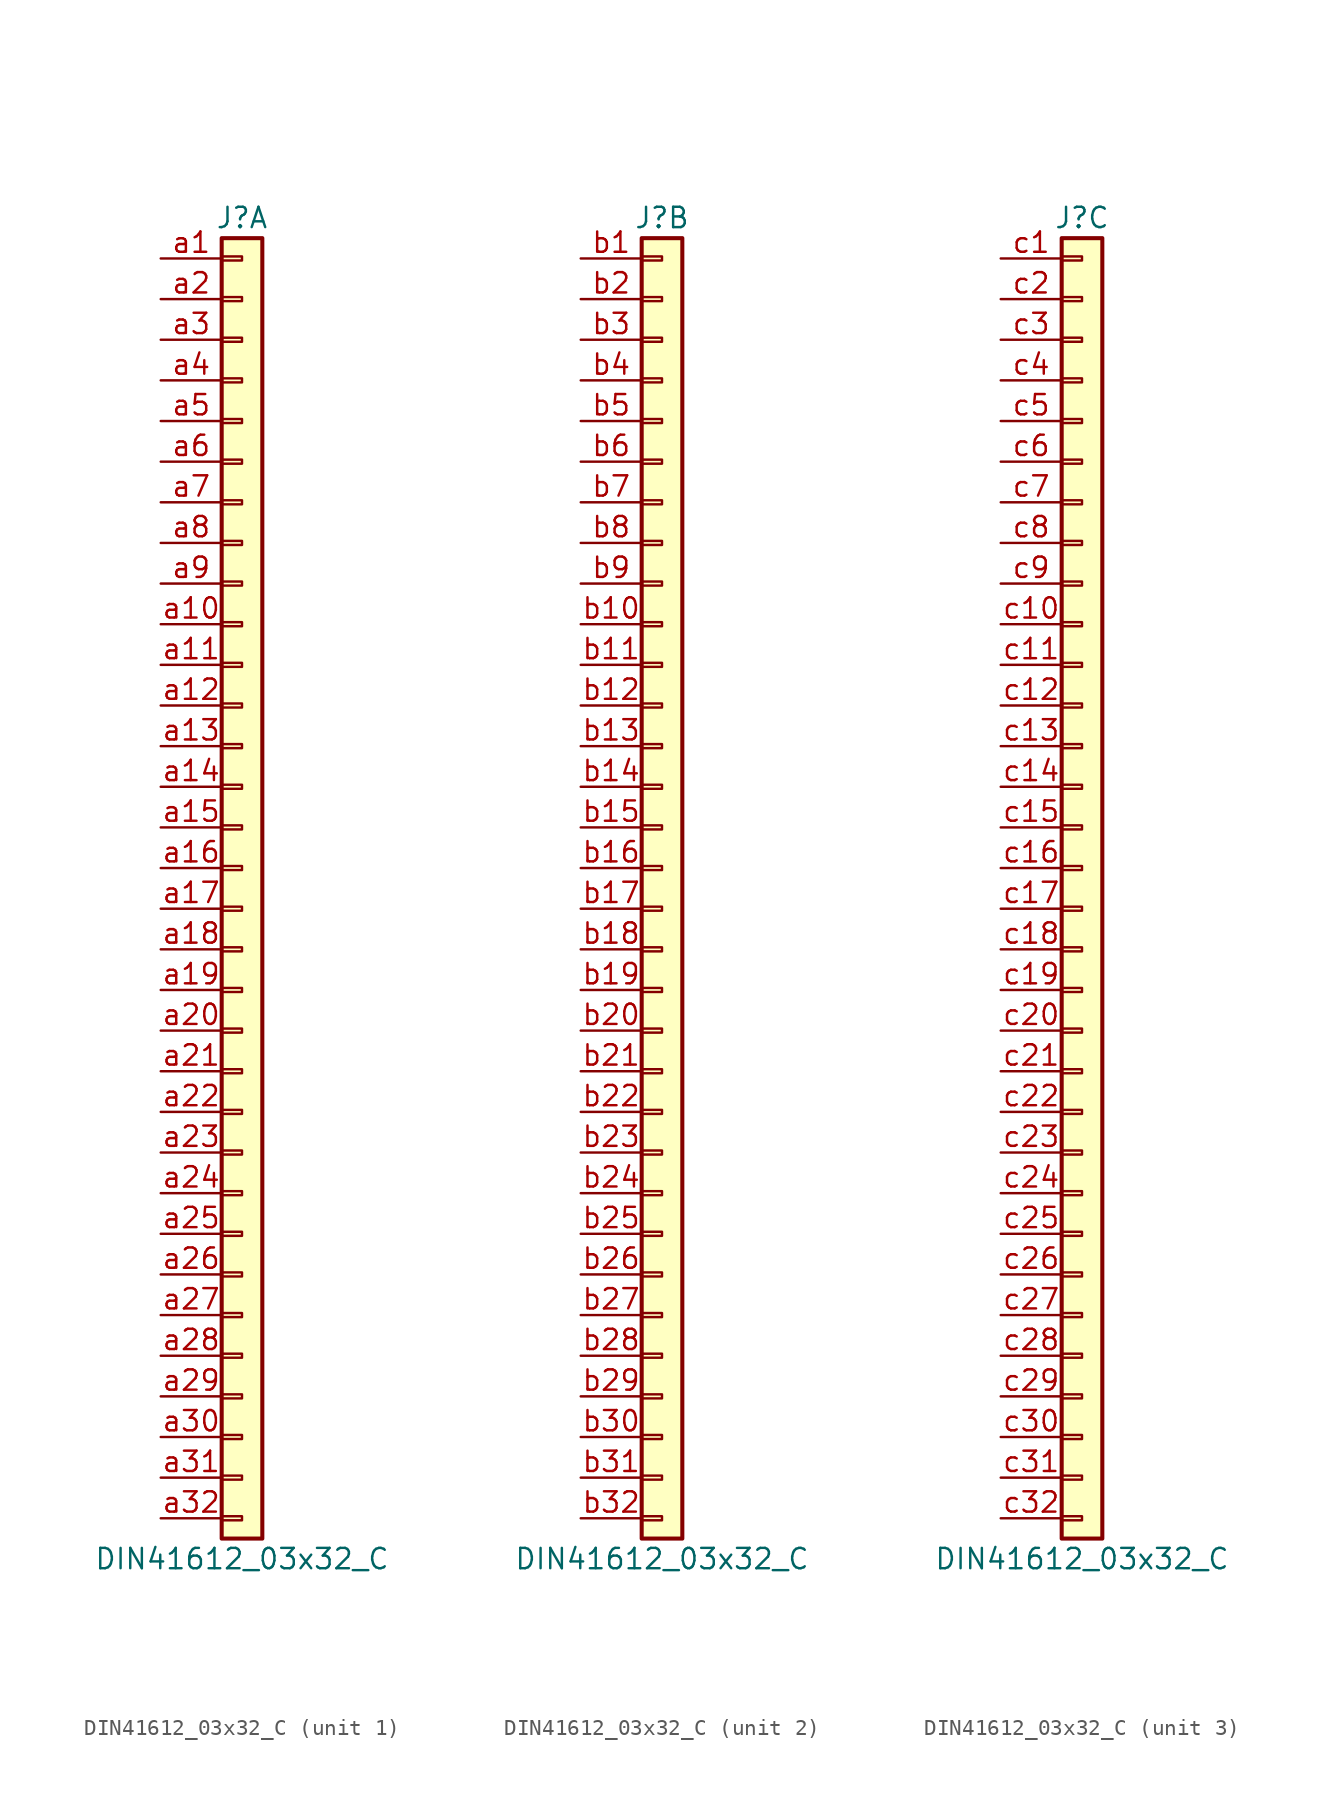
<source format=kicad_sym>
(kicad_symbol_lib
  (version 20211014)
  (generator kicad_symbol_editor)
  (symbol "DIN41612_03x32_C"
    (pin_names
      (offset 1.016) hide)
    (property "Reference" "J"
      (at 0 30.48 0)
      (effects (font (size 1.27 1.27))))
    (property "Value" "DIN41612_03x32_C"
      (at 0 -53.34 0)
      (effects (font (size 1.27 1.27))))
    (symbol "DIN41612_03x32_C_0_1"
      (rectangle (start -1.27 29.21) (end 1.27 -52.07) (stroke (width 0.254) (type default) (color 0 0 0 0)) (fill (type background))))
    (symbol "DIN41612_03x32_C_1_1"
      (rectangle (start -1.27 -50.673) (end 0 -50.927) (stroke (width 0.152) (type default) (color 0 0 0 0)) (fill (type none)))
      (rectangle (start -1.27 -48.133) (end 0 -48.387) (stroke (width 0.152) (type default) (color 0 0 0 0)) (fill (type none)))
      (rectangle (start -1.27 -45.593) (end 0 -45.847) (stroke (width 0.152) (type default) (color 0 0 0 0)) (fill (type none)))
      (rectangle (start -1.27 -43.053) (end 0 -43.307) (stroke (width 0.152) (type default) (color 0 0 0 0)) (fill (type none)))
      (rectangle (start -1.27 -40.513) (end 0 -40.767) (stroke (width 0.152) (type default) (color 0 0 0 0)) (fill (type none)))
      (rectangle (start -1.27 -37.973) (end 0 -38.227) (stroke (width 0.152) (type default) (color 0 0 0 0)) (fill (type none)))
      (rectangle (start -1.27 -35.433) (end 0 -35.687) (stroke (width 0.152) (type default) (color 0 0 0 0)) (fill (type none)))
      (rectangle (start -1.27 -32.893) (end 0 -33.147) (stroke (width 0.152) (type default) (color 0 0 0 0)) (fill (type none)))
      (rectangle (start -1.27 -30.353) (end 0 -30.607) (stroke (width 0.152) (type default) (color 0 0 0 0)) (fill (type none)))
      (rectangle (start -1.27 -27.813) (end 0 -28.067) (stroke (width 0.152) (type default) (color 0 0 0 0)) (fill (type none)))
      (rectangle (start -1.27 -25.273) (end 0 -25.527) (stroke (width 0.152) (type default) (color 0 0 0 0)) (fill (type none)))
      (rectangle (start -1.27 -22.733) (end 0 -22.987) (stroke (width 0.152) (type default) (color 0 0 0 0)) (fill (type none)))
      (rectangle (start -1.27 -20.193) (end 0 -20.447) (stroke (width 0.152) (type default) (color 0 0 0 0)) (fill (type none)))
      (rectangle (start -1.27 -17.653) (end 0 -17.907) (stroke (width 0.152) (type default) (color 0 0 0 0)) (fill (type none)))
      (rectangle (start -1.27 -15.113) (end 0 -15.367) (stroke (width 0.152) (type default) (color 0 0 0 0)) (fill (type none)))
      (rectangle (start -1.27 -12.573) (end 0 -12.827) (stroke (width 0.152) (type default) (color 0 0 0 0)) (fill (type none)))
      (rectangle (start -1.27 -10.033) (end 0 -10.287) (stroke (width 0.152) (type default) (color 0 0 0 0)) (fill (type none)))
      (rectangle (start -1.27 -7.493) (end 0 -7.747) (stroke (width 0.152) (type default) (color 0 0 0 0)) (fill (type none)))
      (rectangle (start -1.27 -4.953) (end 0 -5.207) (stroke (width 0.152) (type default) (color 0 0 0 0)) (fill (type none)))
      (rectangle (start -1.27 -2.413) (end 0 -2.667) (stroke (width 0.152) (type default) (color 0 0 0 0)) (fill (type none)))
      (rectangle (start -1.27 0.127) (end 0 -0.127) (stroke (width 0.152) (type default) (color 0 0 0 0)) (fill (type none)))
      (rectangle (start -1.27 2.667) (end 0 2.413) (stroke (width 0.152) (type default) (color 0 0 0 0)) (fill (type none)))
      (rectangle (start -1.27 5.207) (end 0 4.953) (stroke (width 0.152) (type default) (color 0 0 0 0)) (fill (type none)))
      (rectangle (start -1.27 7.747) (end 0 7.493) (stroke (width 0.152) (type default) (color 0 0 0 0)) (fill (type none)))
      (rectangle (start -1.27 10.287) (end 0 10.033) (stroke (width 0.152) (type default) (color 0 0 0 0)) (fill (type none)))
      (rectangle (start -1.27 12.827) (end 0 12.573) (stroke (width 0.152) (type default) (color 0 0 0 0)) (fill (type none)))
      (rectangle (start -1.27 15.367) (end 0 15.113) (stroke (width 0.152) (type default) (color 0 0 0 0)) (fill (type none)))
      (rectangle (start -1.27 17.907) (end 0 17.653) (stroke (width 0.152) (type default) (color 0 0 0 0)) (fill (type none)))
      (rectangle (start -1.27 20.447) (end 0 20.193) (stroke (width 0.152) (type default) (color 0 0 0 0)) (fill (type none)))
      (rectangle (start -1.27 22.987) (end 0 22.733) (stroke (width 0.152) (type default) (color 0 0 0 0)) (fill (type none)))
      (rectangle (start -1.27 25.527) (end 0 25.273) (stroke (width 0.152) (type default) (color 0 0 0 0)) (fill (type none)))
      (rectangle (start -1.27 28.067) (end 0 27.813) (stroke (width 0.152) (type default) (color 0 0 0 0)) (fill (type none)))
      (pin passive line (at -5.08 27.94 0) (length 3.81) (name "~" (effects (font (size 1.27 1.27)))) (number "a1" (effects (font (size 1.27 1.27)))))
      (pin passive line (at -5.08 5.08 0) (length 3.81) (name "~" (effects (font (size 1.27 1.27)))) (number "a10" (effects (font (size 1.27 1.27)))))
      (pin passive line (at -5.08 2.54 0) (length 3.81) (name "~" (effects (font (size 1.27 1.27)))) (number "a11" (effects (font (size 1.27 1.27)))))
      (pin passive line (at -5.08 0 0) (length 3.81) (name "~" (effects (font (size 1.27 1.27)))) (number "a12" (effects (font (size 1.27 1.27)))))
      (pin passive line (at -5.08 -2.54 0) (length 3.81) (name "~" (effects (font (size 1.27 1.27)))) (number "a13" (effects (font (size 1.27 1.27)))))
      (pin passive line (at -5.08 -5.08 0) (length 3.81) (name "~" (effects (font (size 1.27 1.27)))) (number "a14" (effects (font (size 1.27 1.27)))))
      (pin passive line (at -5.08 -7.62 0) (length 3.81) (name "~" (effects (font (size 1.27 1.27)))) (number "a15" (effects (font (size 1.27 1.27)))))
      (pin passive line (at -5.08 -10.16 0) (length 3.81) (name "~" (effects (font (size 1.27 1.27)))) (number "a16" (effects (font (size 1.27 1.27)))))
      (pin passive line (at -5.08 -12.7 0) (length 3.81) (name "~" (effects (font (size 1.27 1.27)))) (number "a17" (effects (font (size 1.27 1.27)))))
      (pin passive line (at -5.08 -15.24 0) (length 3.81) (name "~" (effects (font (size 1.27 1.27)))) (number "a18" (effects (font (size 1.27 1.27)))))
      (pin passive line (at -5.08 -17.78 0) (length 3.81) (name "~" (effects (font (size 1.27 1.27)))) (number "a19" (effects (font (size 1.27 1.27)))))
      (pin passive line (at -5.08 25.4 0) (length 3.81) (name "~" (effects (font (size 1.27 1.27)))) (number "a2" (effects (font (size 1.27 1.27)))))
      (pin passive line (at -5.08 -20.32 0) (length 3.81) (name "~" (effects (font (size 1.27 1.27)))) (number "a20" (effects (font (size 1.27 1.27)))))
      (pin passive line (at -5.08 -22.86 0) (length 3.81) (name "~" (effects (font (size 1.27 1.27)))) (number "a21" (effects (font (size 1.27 1.27)))))
      (pin passive line (at -5.08 -25.4 0) (length 3.81) (name "~" (effects (font (size 1.27 1.27)))) (number "a22" (effects (font (size 1.27 1.27)))))
      (pin passive line (at -5.08 -27.94 0) (length 3.81) (name "~" (effects (font (size 1.27 1.27)))) (number "a23" (effects (font (size 1.27 1.27)))))
      (pin passive line (at -5.08 -30.48 0) (length 3.81) (name "~" (effects (font (size 1.27 1.27)))) (number "a24" (effects (font (size 1.27 1.27)))))
      (pin passive line (at -5.08 -33.02 0) (length 3.81) (name "~" (effects (font (size 1.27 1.27)))) (number "a25" (effects (font (size 1.27 1.27)))))
      (pin passive line (at -5.08 -35.56 0) (length 3.81) (name "~" (effects (font (size 1.27 1.27)))) (number "a26" (effects (font (size 1.27 1.27)))))
      (pin passive line (at -5.08 -38.1 0) (length 3.81) (name "~" (effects (font (size 1.27 1.27)))) (number "a27" (effects (font (size 1.27 1.27)))))
      (pin passive line (at -5.08 -40.64 0) (length 3.81) (name "~" (effects (font (size 1.27 1.27)))) (number "a28" (effects (font (size 1.27 1.27)))))
      (pin passive line (at -5.08 -43.18 0) (length 3.81) (name "~" (effects (font (size 1.27 1.27)))) (number "a29" (effects (font (size 1.27 1.27)))))
      (pin passive line (at -5.08 22.86 0) (length 3.81) (name "~" (effects (font (size 1.27 1.27)))) (number "a3" (effects (font (size 1.27 1.27)))))
      (pin passive line (at -5.08 -45.72 0) (length 3.81) (name "~" (effects (font (size 1.27 1.27)))) (number "a30" (effects (font (size 1.27 1.27)))))
      (pin passive line (at -5.08 -48.26 0) (length 3.81) (name "~" (effects (font (size 1.27 1.27)))) (number "a31" (effects (font (size 1.27 1.27)))))
      (pin passive line (at -5.08 -50.8 0) (length 3.81) (name "~" (effects (font (size 1.27 1.27)))) (number "a32" (effects (font (size 1.27 1.27)))))
      (pin passive line (at -5.08 20.32 0) (length 3.81) (name "~" (effects (font (size 1.27 1.27)))) (number "a4" (effects (font (size 1.27 1.27)))))
      (pin passive line (at -5.08 17.78 0) (length 3.81) (name "~" (effects (font (size 1.27 1.27)))) (number "a5" (effects (font (size 1.27 1.27)))))
      (pin passive line (at -5.08 15.24 0) (length 3.81) (name "~" (effects (font (size 1.27 1.27)))) (number "a6" (effects (font (size 1.27 1.27)))))
      (pin passive line (at -5.08 12.7 0) (length 3.81) (name "~" (effects (font (size 1.27 1.27)))) (number "a7" (effects (font (size 1.27 1.27)))))
      (pin passive line (at -5.08 10.16 0) (length 3.81) (name "~" (effects (font (size 1.27 1.27)))) (number "a8" (effects (font (size 1.27 1.27)))))
      (pin passive line (at -5.08 7.62 0) (length 3.81) (name "~" (effects (font (size 1.27 1.27)))) (number "a9" (effects (font (size 1.27 1.27))))))
    (symbol "DIN41612_03x32_C_2_1"
      (rectangle (start -1.27 -50.673) (end 0 -50.927) (stroke (width 0.152) (type default) (color 0 0 0 0)) (fill (type none)))
      (rectangle (start -1.27 -48.133) (end 0 -48.387) (stroke (width 0.152) (type default) (color 0 0 0 0)) (fill (type none)))
      (rectangle (start -1.27 -45.593) (end 0 -45.847) (stroke (width 0.152) (type default) (color 0 0 0 0)) (fill (type none)))
      (rectangle (start -1.27 -43.053) (end 0 -43.307) (stroke (width 0.152) (type default) (color 0 0 0 0)) (fill (type none)))
      (rectangle (start -1.27 -40.513) (end 0 -40.767) (stroke (width 0.152) (type default) (color 0 0 0 0)) (fill (type none)))
      (rectangle (start -1.27 -37.973) (end 0 -38.227) (stroke (width 0.152) (type default) (color 0 0 0 0)) (fill (type none)))
      (rectangle (start -1.27 -35.433) (end 0 -35.687) (stroke (width 0.152) (type default) (color 0 0 0 0)) (fill (type none)))
      (rectangle (start -1.27 -32.893) (end 0 -33.147) (stroke (width 0.152) (type default) (color 0 0 0 0)) (fill (type none)))
      (rectangle (start -1.27 -30.353) (end 0 -30.607) (stroke (width 0.152) (type default) (color 0 0 0 0)) (fill (type none)))
      (rectangle (start -1.27 -27.813) (end 0 -28.067) (stroke (width 0.152) (type default) (color 0 0 0 0)) (fill (type none)))
      (rectangle (start -1.27 -25.273) (end 0 -25.527) (stroke (width 0.152) (type default) (color 0 0 0 0)) (fill (type none)))
      (rectangle (start -1.27 -22.733) (end 0 -22.987) (stroke (width 0.152) (type default) (color 0 0 0 0)) (fill (type none)))
      (rectangle (start -1.27 -20.193) (end 0 -20.447) (stroke (width 0.152) (type default) (color 0 0 0 0)) (fill (type none)))
      (rectangle (start -1.27 -17.653) (end 0 -17.907) (stroke (width 0.152) (type default) (color 0 0 0 0)) (fill (type none)))
      (rectangle (start -1.27 -15.113) (end 0 -15.367) (stroke (width 0.152) (type default) (color 0 0 0 0)) (fill (type none)))
      (rectangle (start -1.27 -12.573) (end 0 -12.827) (stroke (width 0.152) (type default) (color 0 0 0 0)) (fill (type none)))
      (rectangle (start -1.27 -10.033) (end 0 -10.287) (stroke (width 0.152) (type default) (color 0 0 0 0)) (fill (type none)))
      (rectangle (start -1.27 -7.493) (end 0 -7.747) (stroke (width 0.152) (type default) (color 0 0 0 0)) (fill (type none)))
      (rectangle (start -1.27 -4.953) (end 0 -5.207) (stroke (width 0.152) (type default) (color 0 0 0 0)) (fill (type none)))
      (rectangle (start -1.27 -2.413) (end 0 -2.667) (stroke (width 0.152) (type default) (color 0 0 0 0)) (fill (type none)))
      (rectangle (start -1.27 0.127) (end 0 -0.127) (stroke (width 0.152) (type default) (color 0 0 0 0)) (fill (type none)))
      (rectangle (start -1.27 2.667) (end 0 2.413) (stroke (width 0.152) (type default) (color 0 0 0 0)) (fill (type none)))
      (rectangle (start -1.27 5.207) (end 0 4.953) (stroke (width 0.152) (type default) (color 0 0 0 0)) (fill (type none)))
      (rectangle (start -1.27 7.747) (end 0 7.493) (stroke (width 0.152) (type default) (color 0 0 0 0)) (fill (type none)))
      (rectangle (start -1.27 10.287) (end 0 10.033) (stroke (width 0.152) (type default) (color 0 0 0 0)) (fill (type none)))
      (rectangle (start -1.27 12.827) (end 0 12.573) (stroke (width 0.152) (type default) (color 0 0 0 0)) (fill (type none)))
      (rectangle (start -1.27 15.367) (end 0 15.113) (stroke (width 0.152) (type default) (color 0 0 0 0)) (fill (type none)))
      (rectangle (start -1.27 17.907) (end 0 17.653) (stroke (width 0.152) (type default) (color 0 0 0 0)) (fill (type none)))
      (rectangle (start -1.27 20.447) (end 0 20.193) (stroke (width 0.152) (type default) (color 0 0 0 0)) (fill (type none)))
      (rectangle (start -1.27 22.987) (end 0 22.733) (stroke (width 0.152) (type default) (color 0 0 0 0)) (fill (type none)))
      (rectangle (start -1.27 25.527) (end 0 25.273) (stroke (width 0.152) (type default) (color 0 0 0 0)) (fill (type none)))
      (rectangle (start -1.27 28.067) (end 0 27.813) (stroke (width 0.152) (type default) (color 0 0 0 0)) (fill (type none)))
      (pin passive line (at -5.08 27.94 0) (length 3.81) (name "~" (effects (font (size 1.27 1.27)))) (number "b1" (effects (font (size 1.27 1.27)))))
      (pin passive line (at -5.08 5.08 0) (length 3.81) (name "~" (effects (font (size 1.27 1.27)))) (number "b10" (effects (font (size 1.27 1.27)))))
      (pin passive line (at -5.08 2.54 0) (length 3.81) (name "~" (effects (font (size 1.27 1.27)))) (number "b11" (effects (font (size 1.27 1.27)))))
      (pin passive line (at -5.08 0 0) (length 3.81) (name "~" (effects (font (size 1.27 1.27)))) (number "b12" (effects (font (size 1.27 1.27)))))
      (pin passive line (at -5.08 -2.54 0) (length 3.81) (name "~" (effects (font (size 1.27 1.27)))) (number "b13" (effects (font (size 1.27 1.27)))))
      (pin passive line (at -5.08 -5.08 0) (length 3.81) (name "~" (effects (font (size 1.27 1.27)))) (number "b14" (effects (font (size 1.27 1.27)))))
      (pin passive line (at -5.08 -7.62 0) (length 3.81) (name "~" (effects (font (size 1.27 1.27)))) (number "b15" (effects (font (size 1.27 1.27)))))
      (pin passive line (at -5.08 -10.16 0) (length 3.81) (name "~" (effects (font (size 1.27 1.27)))) (number "b16" (effects (font (size 1.27 1.27)))))
      (pin passive line (at -5.08 -12.7 0) (length 3.81) (name "~" (effects (font (size 1.27 1.27)))) (number "b17" (effects (font (size 1.27 1.27)))))
      (pin passive line (at -5.08 -15.24 0) (length 3.81) (name "~" (effects (font (size 1.27 1.27)))) (number "b18" (effects (font (size 1.27 1.27)))))
      (pin passive line (at -5.08 -17.78 0) (length 3.81) (name "~" (effects (font (size 1.27 1.27)))) (number "b19" (effects (font (size 1.27 1.27)))))
      (pin passive line (at -5.08 25.4 0) (length 3.81) (name "~" (effects (font (size 1.27 1.27)))) (number "b2" (effects (font (size 1.27 1.27)))))
      (pin passive line (at -5.08 -20.32 0) (length 3.81) (name "~" (effects (font (size 1.27 1.27)))) (number "b20" (effects (font (size 1.27 1.27)))))
      (pin passive line (at -5.08 -22.86 0) (length 3.81) (name "~" (effects (font (size 1.27 1.27)))) (number "b21" (effects (font (size 1.27 1.27)))))
      (pin passive line (at -5.08 -25.4 0) (length 3.81) (name "~" (effects (font (size 1.27 1.27)))) (number "b22" (effects (font (size 1.27 1.27)))))
      (pin passive line (at -5.08 -27.94 0) (length 3.81) (name "~" (effects (font (size 1.27 1.27)))) (number "b23" (effects (font (size 1.27 1.27)))))
      (pin passive line (at -5.08 -30.48 0) (length 3.81) (name "~" (effects (font (size 1.27 1.27)))) (number "b24" (effects (font (size 1.27 1.27)))))
      (pin passive line (at -5.08 -33.02 0) (length 3.81) (name "~" (effects (font (size 1.27 1.27)))) (number "b25" (effects (font (size 1.27 1.27)))))
      (pin passive line (at -5.08 -35.56 0) (length 3.81) (name "~" (effects (font (size 1.27 1.27)))) (number "b26" (effects (font (size 1.27 1.27)))))
      (pin passive line (at -5.08 -38.1 0) (length 3.81) (name "~" (effects (font (size 1.27 1.27)))) (number "b27" (effects (font (size 1.27 1.27)))))
      (pin passive line (at -5.08 -40.64 0) (length 3.81) (name "~" (effects (font (size 1.27 1.27)))) (number "b28" (effects (font (size 1.27 1.27)))))
      (pin passive line (at -5.08 -43.18 0) (length 3.81) (name "~" (effects (font (size 1.27 1.27)))) (number "b29" (effects (font (size 1.27 1.27)))))
      (pin passive line (at -5.08 22.86 0) (length 3.81) (name "~" (effects (font (size 1.27 1.27)))) (number "b3" (effects (font (size 1.27 1.27)))))
      (pin passive line (at -5.08 -45.72 0) (length 3.81) (name "~" (effects (font (size 1.27 1.27)))) (number "b30" (effects (font (size 1.27 1.27)))))
      (pin passive line (at -5.08 -48.26 0) (length 3.81) (name "~" (effects (font (size 1.27 1.27)))) (number "b31" (effects (font (size 1.27 1.27)))))
      (pin passive line (at -5.08 -50.8 0) (length 3.81) (name "~" (effects (font (size 1.27 1.27)))) (number "b32" (effects (font (size 1.27 1.27)))))
      (pin passive line (at -5.08 20.32 0) (length 3.81) (name "~" (effects (font (size 1.27 1.27)))) (number "b4" (effects (font (size 1.27 1.27)))))
      (pin passive line (at -5.08 17.78 0) (length 3.81) (name "~" (effects (font (size 1.27 1.27)))) (number "b5" (effects (font (size 1.27 1.27)))))
      (pin passive line (at -5.08 15.24 0) (length 3.81) (name "~" (effects (font (size 1.27 1.27)))) (number "b6" (effects (font (size 1.27 1.27)))))
      (pin passive line (at -5.08 12.7 0) (length 3.81) (name "~" (effects (font (size 1.27 1.27)))) (number "b7" (effects (font (size 1.27 1.27)))))
      (pin passive line (at -5.08 10.16 0) (length 3.81) (name "~" (effects (font (size 1.27 1.27)))) (number "b8" (effects (font (size 1.27 1.27)))))
      (pin passive line (at -5.08 7.62 0) (length 3.81) (name "~" (effects (font (size 1.27 1.27)))) (number "b9" (effects (font (size 1.27 1.27))))))
    (symbol "DIN41612_03x32_C_3_1"
      (rectangle (start -1.27 -50.673) (end 0 -50.927) (stroke (width 0.152) (type default) (color 0 0 0 0)) (fill (type none)))
      (rectangle (start -1.27 -48.133) (end 0 -48.387) (stroke (width 0.152) (type default) (color 0 0 0 0)) (fill (type none)))
      (rectangle (start -1.27 -45.593) (end 0 -45.847) (stroke (width 0.152) (type default) (color 0 0 0 0)) (fill (type none)))
      (rectangle (start -1.27 -43.053) (end 0 -43.307) (stroke (width 0.152) (type default) (color 0 0 0 0)) (fill (type none)))
      (rectangle (start -1.27 -40.513) (end 0 -40.767) (stroke (width 0.152) (type default) (color 0 0 0 0)) (fill (type none)))
      (rectangle (start -1.27 -37.973) (end 0 -38.227) (stroke (width 0.152) (type default) (color 0 0 0 0)) (fill (type none)))
      (rectangle (start -1.27 -35.433) (end 0 -35.687) (stroke (width 0.152) (type default) (color 0 0 0 0)) (fill (type none)))
      (rectangle (start -1.27 -32.893) (end 0 -33.147) (stroke (width 0.152) (type default) (color 0 0 0 0)) (fill (type none)))
      (rectangle (start -1.27 -30.353) (end 0 -30.607) (stroke (width 0.152) (type default) (color 0 0 0 0)) (fill (type none)))
      (rectangle (start -1.27 -27.813) (end 0 -28.067) (stroke (width 0.152) (type default) (color 0 0 0 0)) (fill (type none)))
      (rectangle (start -1.27 -25.273) (end 0 -25.527) (stroke (width 0.152) (type default) (color 0 0 0 0)) (fill (type none)))
      (rectangle (start -1.27 -22.733) (end 0 -22.987) (stroke (width 0.152) (type default) (color 0 0 0 0)) (fill (type none)))
      (rectangle (start -1.27 -20.193) (end 0 -20.447) (stroke (width 0.152) (type default) (color 0 0 0 0)) (fill (type none)))
      (rectangle (start -1.27 -17.653) (end 0 -17.907) (stroke (width 0.152) (type default) (color 0 0 0 0)) (fill (type none)))
      (rectangle (start -1.27 -15.113) (end 0 -15.367) (stroke (width 0.152) (type default) (color 0 0 0 0)) (fill (type none)))
      (rectangle (start -1.27 -12.573) (end 0 -12.827) (stroke (width 0.152) (type default) (color 0 0 0 0)) (fill (type none)))
      (rectangle (start -1.27 -10.033) (end 0 -10.287) (stroke (width 0.152) (type default) (color 0 0 0 0)) (fill (type none)))
      (rectangle (start -1.27 -7.493) (end 0 -7.747) (stroke (width 0.152) (type default) (color 0 0 0 0)) (fill (type none)))
      (rectangle (start -1.27 -4.953) (end 0 -5.207) (stroke (width 0.152) (type default) (color 0 0 0 0)) (fill (type none)))
      (rectangle (start -1.27 -2.413) (end 0 -2.667) (stroke (width 0.152) (type default) (color 0 0 0 0)) (fill (type none)))
      (rectangle (start -1.27 0.127) (end 0 -0.127) (stroke (width 0.152) (type default) (color 0 0 0 0)) (fill (type none)))
      (rectangle (start -1.27 2.667) (end 0 2.413) (stroke (width 0.152) (type default) (color 0 0 0 0)) (fill (type none)))
      (rectangle (start -1.27 5.207) (end 0 4.953) (stroke (width 0.152) (type default) (color 0 0 0 0)) (fill (type none)))
      (rectangle (start -1.27 7.747) (end 0 7.493) (stroke (width 0.152) (type default) (color 0 0 0 0)) (fill (type none)))
      (rectangle (start -1.27 10.287) (end 0 10.033) (stroke (width 0.152) (type default) (color 0 0 0 0)) (fill (type none)))
      (rectangle (start -1.27 12.827) (end 0 12.573) (stroke (width 0.152) (type default) (color 0 0 0 0)) (fill (type none)))
      (rectangle (start -1.27 15.367) (end 0 15.113) (stroke (width 0.152) (type default) (color 0 0 0 0)) (fill (type none)))
      (rectangle (start -1.27 17.907) (end 0 17.653) (stroke (width 0.152) (type default) (color 0 0 0 0)) (fill (type none)))
      (rectangle (start -1.27 20.447) (end 0 20.193) (stroke (width 0.152) (type default) (color 0 0 0 0)) (fill (type none)))
      (rectangle (start -1.27 22.987) (end 0 22.733) (stroke (width 0.152) (type default) (color 0 0 0 0)) (fill (type none)))
      (rectangle (start -1.27 25.527) (end 0 25.273) (stroke (width 0.152) (type default) (color 0 0 0 0)) (fill (type none)))
      (rectangle (start -1.27 28.067) (end 0 27.813) (stroke (width 0.152) (type default) (color 0 0 0 0)) (fill (type none)))
      (pin passive line (at -5.08 27.94 0) (length 3.81) (name "~" (effects (font (size 1.27 1.27)))) (number "c1" (effects (font (size 1.27 1.27)))))
      (pin passive line (at -5.08 5.08 0) (length 3.81) (name "~" (effects (font (size 1.27 1.27)))) (number "c10" (effects (font (size 1.27 1.27)))))
      (pin passive line (at -5.08 2.54 0) (length 3.81) (name "~" (effects (font (size 1.27 1.27)))) (number "c11" (effects (font (size 1.27 1.27)))))
      (pin passive line (at -5.08 0 0) (length 3.81) (name "~" (effects (font (size 1.27 1.27)))) (number "c12" (effects (font (size 1.27 1.27)))))
      (pin passive line (at -5.08 -2.54 0) (length 3.81) (name "~" (effects (font (size 1.27 1.27)))) (number "c13" (effects (font (size 1.27 1.27)))))
      (pin passive line (at -5.08 -5.08 0) (length 3.81) (name "~" (effects (font (size 1.27 1.27)))) (number "c14" (effects (font (size 1.27 1.27)))))
      (pin passive line (at -5.08 -7.62 0) (length 3.81) (name "~" (effects (font (size 1.27 1.27)))) (number "c15" (effects (font (size 1.27 1.27)))))
      (pin passive line (at -5.08 -10.16 0) (length 3.81) (name "~" (effects (font (size 1.27 1.27)))) (number "c16" (effects (font (size 1.27 1.27)))))
      (pin passive line (at -5.08 -12.7 0) (length 3.81) (name "~" (effects (font (size 1.27 1.27)))) (number "c17" (effects (font (size 1.27 1.27)))))
      (pin passive line (at -5.08 -15.24 0) (length 3.81) (name "~" (effects (font (size 1.27 1.27)))) (number "c18" (effects (font (size 1.27 1.27)))))
      (pin passive line (at -5.08 -17.78 0) (length 3.81) (name "~" (effects (font (size 1.27 1.27)))) (number "c19" (effects (font (size 1.27 1.27)))))
      (pin passive line (at -5.08 25.4 0) (length 3.81) (name "~" (effects (font (size 1.27 1.27)))) (number "c2" (effects (font (size 1.27 1.27)))))
      (pin passive line (at -5.08 -20.32 0) (length 3.81) (name "~" (effects (font (size 1.27 1.27)))) (number "c20" (effects (font (size 1.27 1.27)))))
      (pin passive line (at -5.08 -22.86 0) (length 3.81) (name "~" (effects (font (size 1.27 1.27)))) (number "c21" (effects (font (size 1.27 1.27)))))
      (pin passive line (at -5.08 -25.4 0) (length 3.81) (name "~" (effects (font (size 1.27 1.27)))) (number "c22" (effects (font (size 1.27 1.27)))))
      (pin passive line (at -5.08 -27.94 0) (length 3.81) (name "~" (effects (font (size 1.27 1.27)))) (number "c23" (effects (font (size 1.27 1.27)))))
      (pin passive line (at -5.08 -30.48 0) (length 3.81) (name "~" (effects (font (size 1.27 1.27)))) (number "c24" (effects (font (size 1.27 1.27)))))
      (pin passive line (at -5.08 -33.02 0) (length 3.81) (name "~" (effects (font (size 1.27 1.27)))) (number "c25" (effects (font (size 1.27 1.27)))))
      (pin passive line (at -5.08 -35.56 0) (length 3.81) (name "~" (effects (font (size 1.27 1.27)))) (number "c26" (effects (font (size 1.27 1.27)))))
      (pin passive line (at -5.08 -38.1 0) (length 3.81) (name "~" (effects (font (size 1.27 1.27)))) (number "c27" (effects (font (size 1.27 1.27)))))
      (pin passive line (at -5.08 -40.64 0) (length 3.81) (name "~" (effects (font (size 1.27 1.27)))) (number "c28" (effects (font (size 1.27 1.27)))))
      (pin passive line (at -5.08 -43.18 0) (length 3.81) (name "~" (effects (font (size 1.27 1.27)))) (number "c29" (effects (font (size 1.27 1.27)))))
      (pin passive line (at -5.08 22.86 0) (length 3.81) (name "~" (effects (font (size 1.27 1.27)))) (number "c3" (effects (font (size 1.27 1.27)))))
      (pin passive line (at -5.08 -45.72 0) (length 3.81) (name "~" (effects (font (size 1.27 1.27)))) (number "c30" (effects (font (size 1.27 1.27)))))
      (pin passive line (at -5.08 -48.26 0) (length 3.81) (name "~" (effects (font (size 1.27 1.27)))) (number "c31" (effects (font (size 1.27 1.27)))))
      (pin passive line (at -5.08 -50.8 0) (length 3.81) (name "~" (effects (font (size 1.27 1.27)))) (number "c32" (effects (font (size 1.27 1.27)))))
      (pin passive line (at -5.08 20.32 0) (length 3.81) (name "~" (effects (font (size 1.27 1.27)))) (number "c4" (effects (font (size 1.27 1.27)))))
      (pin passive line (at -5.08 17.78 0) (length 3.81) (name "~" (effects (font (size 1.27 1.27)))) (number "c5" (effects (font (size 1.27 1.27)))))
      (pin passive line (at -5.08 15.24 0) (length 3.81) (name "~" (effects (font (size 1.27 1.27)))) (number "c6" (effects (font (size 1.27 1.27)))))
      (pin passive line (at -5.08 12.7 0) (length 3.81) (name "~" (effects (font (size 1.27 1.27)))) (number "c7" (effects (font (size 1.27 1.27)))))
      (pin passive line (at -5.08 10.16 0) (length 3.81) (name "~" (effects (font (size 1.27 1.27)))) (number "c8" (effects (font (size 1.27 1.27)))))
      (pin passive line (at -5.08 7.62 0) (length 3.81) (name "~" (effects (font (size 1.27 1.27)))) (number "c9" (effects (font (size 1.27 1.27))))))))
</source>
